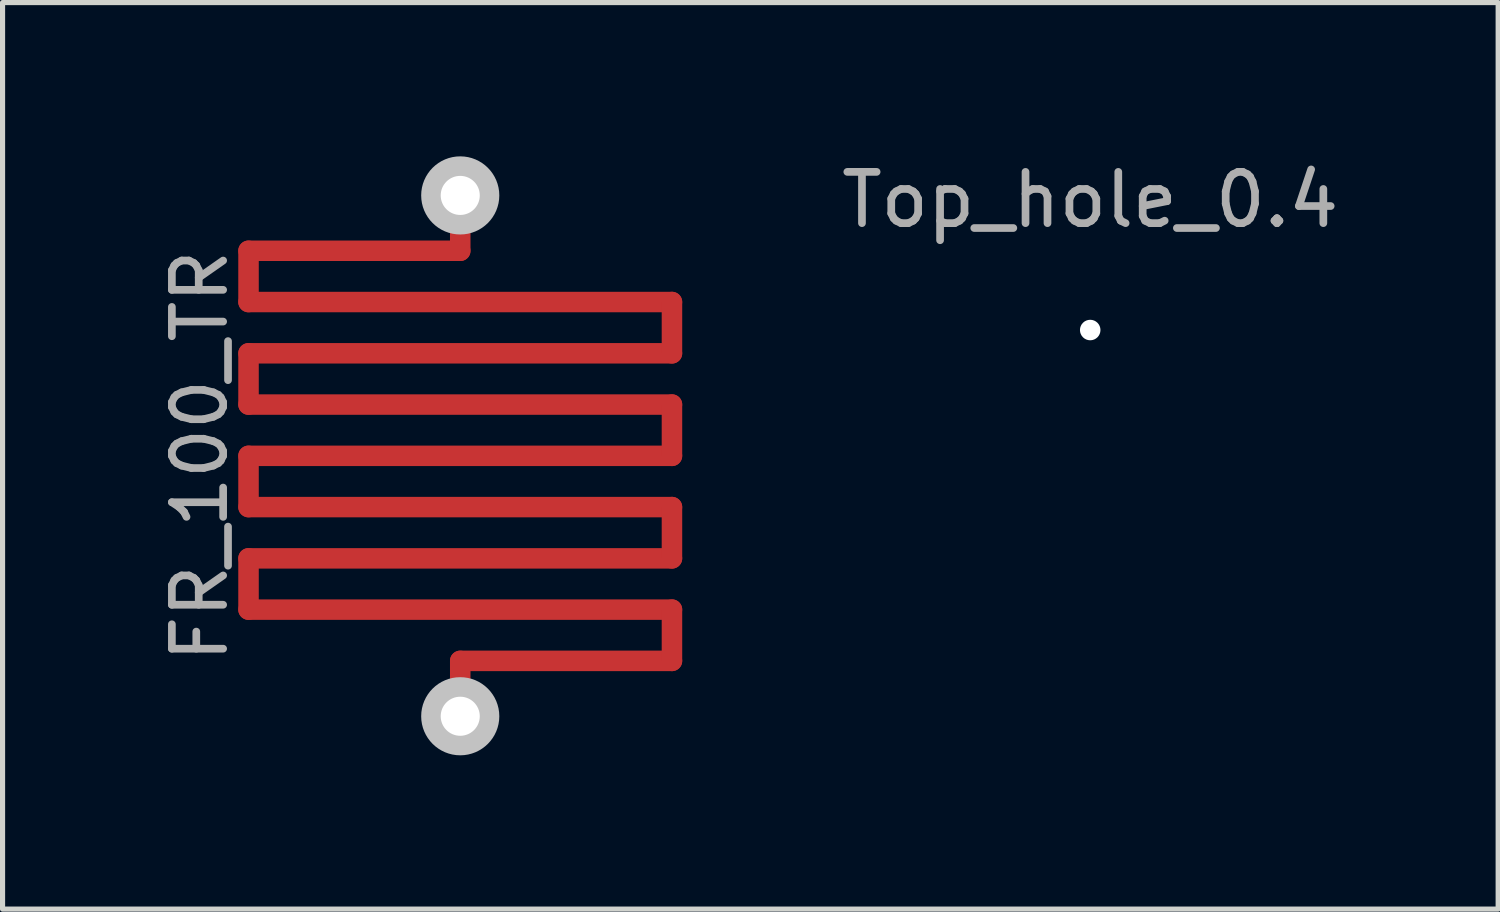
<source format=kicad_pcb>
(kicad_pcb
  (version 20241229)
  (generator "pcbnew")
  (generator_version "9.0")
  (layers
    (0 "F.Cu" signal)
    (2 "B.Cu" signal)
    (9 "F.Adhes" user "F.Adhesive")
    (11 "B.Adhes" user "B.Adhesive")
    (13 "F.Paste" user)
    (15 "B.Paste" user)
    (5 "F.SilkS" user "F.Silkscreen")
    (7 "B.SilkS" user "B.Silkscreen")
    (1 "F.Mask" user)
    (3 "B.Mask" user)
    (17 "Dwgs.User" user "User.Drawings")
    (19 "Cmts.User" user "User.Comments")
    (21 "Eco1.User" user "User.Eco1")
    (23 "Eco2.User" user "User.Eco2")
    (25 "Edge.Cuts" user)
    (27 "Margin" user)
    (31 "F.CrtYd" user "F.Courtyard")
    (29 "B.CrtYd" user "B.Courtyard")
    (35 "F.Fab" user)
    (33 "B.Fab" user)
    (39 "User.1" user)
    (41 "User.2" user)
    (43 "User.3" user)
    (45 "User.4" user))
  (footprint "Top_hole_0.4"
    (layer "F.Cu")
    (at 18.217 3.388)
    (property "Reference" "Top_hole_0.4" (at 0 -2.54 0) (unlocked yes) (layer "F.Fab") (effects (font (size 1 1) (thickness 0.15))))
    (fp_circle (center 0 0) (end 0.5 0) (stroke (width 0.4) (type solid)) (fill no) (layer "F.Paste"))
    (pad "1" thru_hole circle (at 0 0) (size 1.5 1.5) (drill 0.4) (layers "*.Cu" "F.Mask") (remove_unused_layers yes) (zone_layer_connections)))
  (footprint "FR_100_TR"
    (layer "F.Cu")
    (at 5.928 5.842)
    (property "Reference" "FR_100_TR" (at -5.08 0 90) (unlocked yes) (layer "F.Fab") (effects (font (size 1 1) (thickness 0.15))))
    (fp_line (start -4.13 -4) (end 0 -4) (stroke (width 0.4) (type solid)) (layer "F.Cu"))
    (fp_line (start -4.13 -3) (end -4.13 -4) (stroke (width 0.4) (type solid)) (layer "F.Cu"))
    (fp_line (start -4.13 -2) (end 4.13 -2) (stroke (width 0.4) (type solid)) (layer "F.Cu"))
    (fp_line (start -4.13 -1) (end -4.13 -2) (stroke (width 0.4) (type solid)) (layer "F.Cu"))
    (fp_line (start -4.13 0) (end 4.13 0) (stroke (width 0.4) (type solid)) (layer "F.Cu"))
    (fp_line (start -4.13 1) (end -4.13 0) (stroke (width 0.4) (type solid)) (layer "F.Cu"))
    (fp_line (start -4.13 1) (end 4.13 1) (stroke (width 0.4) (type solid)) (layer "F.Cu"))
    (fp_line (start -4.13 2) (end 4.13 2) (stroke (width 0.4) (type solid)) (layer "F.Cu"))
    (fp_line (start -4.13 3) (end -4.13 2) (stroke (width 0.4) (type solid)) (layer "F.Cu"))
    (fp_line (start 0 -5.08) (end 0 -4) (stroke (width 0.4) (type solid)) (layer "F.Cu"))
    (fp_line (start 0 4) (end 4.13 4) (stroke (width 0.4) (type solid)) (layer "F.Cu"))
    (fp_line (start 0 5.08) (end 0 4) (stroke (width 0.4) (type solid)) (layer "F.Cu"))
    (fp_line (start 4.13 -3) (end -4.13 -3) (stroke (width 0.4) (type solid)) (layer "F.Cu"))
    (fp_line (start 4.13 -2) (end 4.13 -3) (stroke (width 0.4) (type solid)) (layer "F.Cu"))
    (fp_line (start 4.13 -1) (end -4.13 -1) (stroke (width 0.4) (type solid)) (layer "F.Cu"))
    (fp_line (start 4.13 0) (end 4.13 -1) (stroke (width 0.4) (type solid)) (layer "F.Cu"))
    (fp_line (start 4.13 2) (end 4.13 1) (stroke (width 0.4) (type solid)) (layer "F.Cu"))
    (fp_line (start 4.13 3) (end -4.13 3) (stroke (width 0.4) (type solid)) (layer "F.Cu"))
    (fp_line (start 4.13 4) (end 4.13 3) (stroke (width 0.4) (type solid)) (layer "F.Cu"))
    (pad "1" thru_hole circle (at 0 5.08) (size 1.524 1.524) (drill 0.762) (layers "*.Cu" "Dwgs.User") (remove_unused_layers yes) (zone_layer_connections))
    (pad "2" thru_hole circle (at 0 -5.08) (size 1.524 1.524) (drill 0.762) (layers "*.Cu" "Dwgs.User") (remove_unused_layers yes) (zone_layer_connections)))
  (gr_rect
    (start -3 -3)
    (end 26.175 14.684)
    (stroke (width 0.1) (type default))
    (fill no)
    (layer "Edge.Cuts")))
</source>
